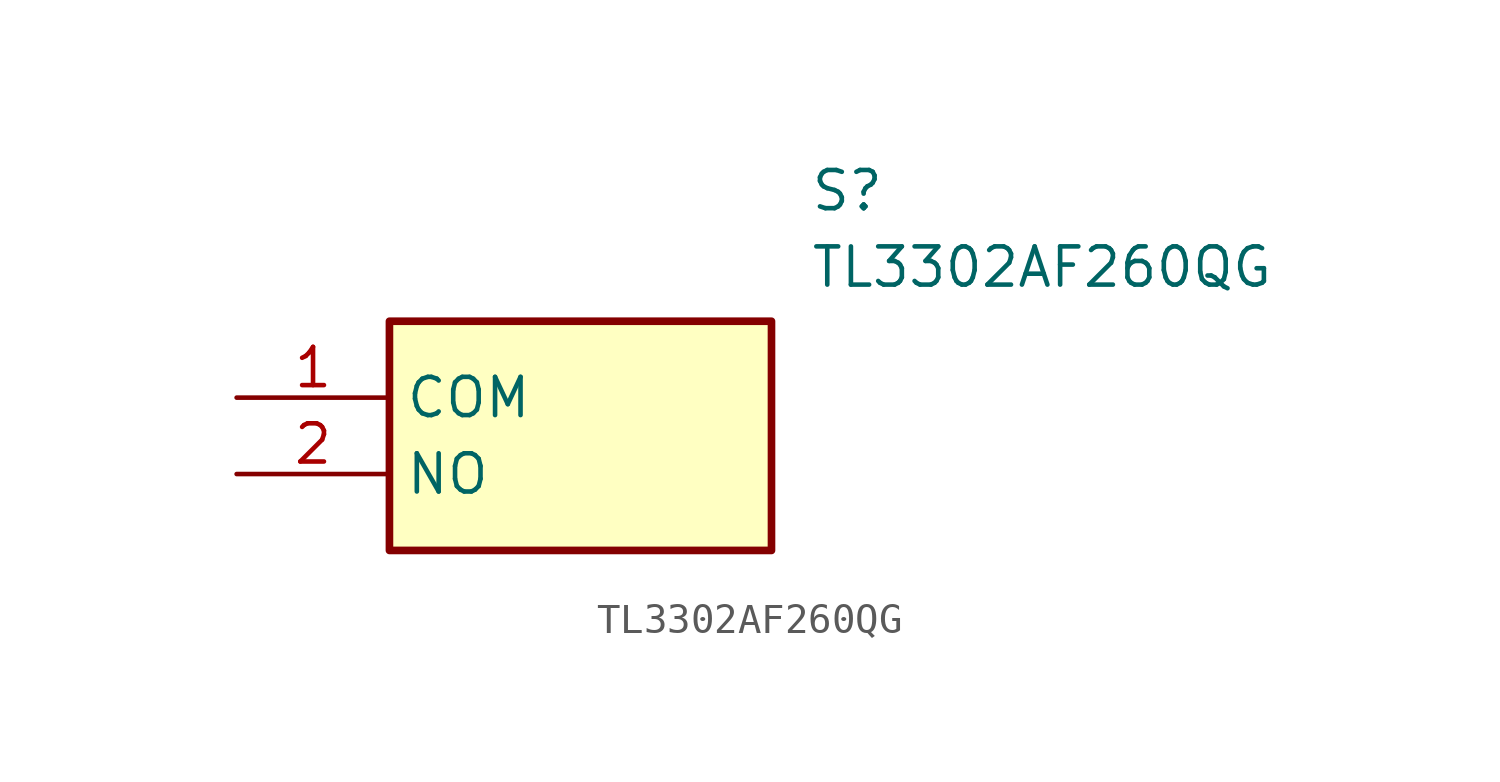
<source format=kicad_sym>
(kicad_symbol_lib
  (version 20211014)
  (generator SamacSys_ECAD_Model)
  (symbol "TL3302AF260QG"
    (property "Reference" "S"
      (at 19.05 7.62 0)
      (effects (font (size 1.27 1.27)) (justify left top)))
    (property "Value" "TL3302AF260QG"
      (at 19.05 5.08 0)
      (effects (font (size 1.27 1.27)) (justify left top)))
    (rectangle
      (start 5.08 2.54)
      (end 17.78 -5.08)
      (stroke (width 0.254) (type default))
      (fill (type background)))
    (pin passive line
      (at 0 0 0)
      (length 5.08)
      (name "COM" (effects (font (size 1.27 1.27))))
      (number "1" (effects (font (size 1.27 1.27)))))
    (pin passive line
      (at 0 -2.54 0)
      (length 5.08)
      (name "NO" (effects (font (size 1.27 1.27))))
      (number "2" (effects (font (size 1.27 1.27)))))))
</source>
